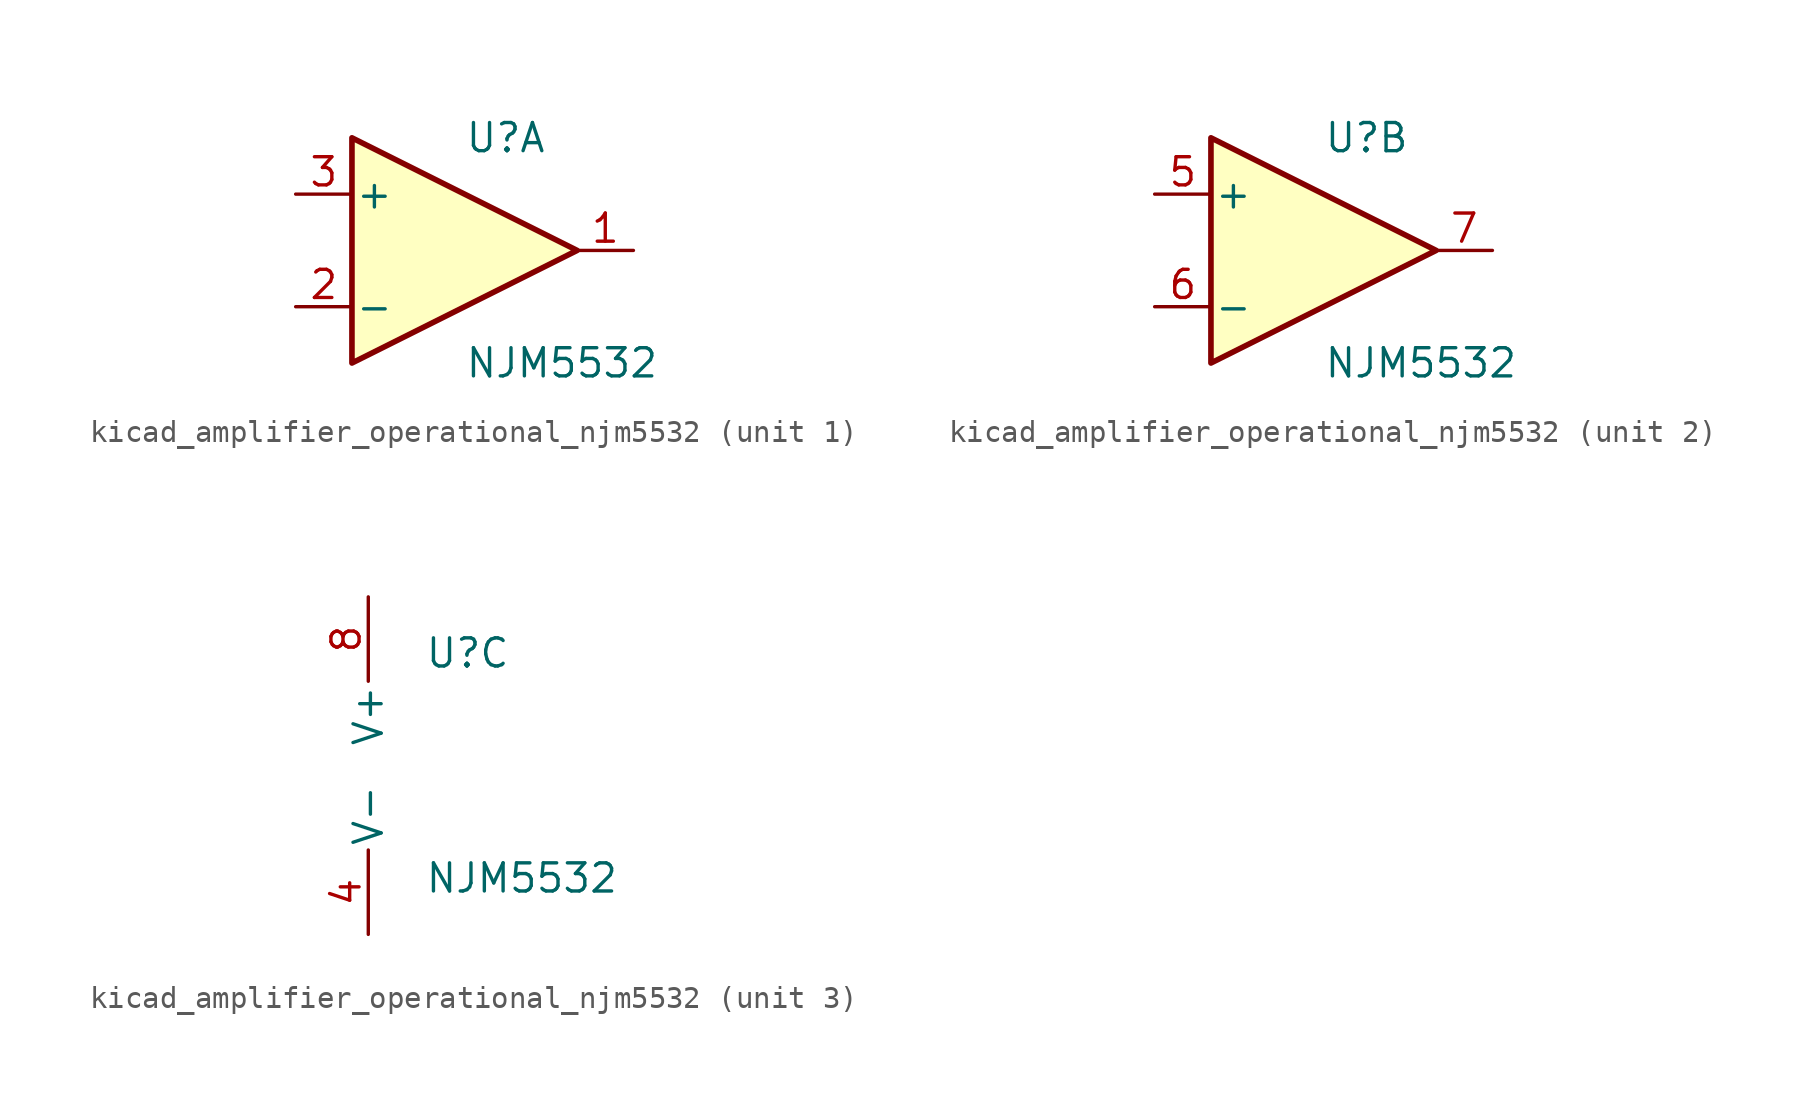
<source format=kicad_sym>
(kicad_symbol_lib
  (version 20220914)
  (generator kicad_symbol_editor)
  (symbol "kicad_amplifier_operational_njm5532"
    (pin_names
      (offset 0.127))
    (property "Reference" "U"
      (at 0 5.08 0)
      (effects (font (size 1.27 1.27)) (justify left)))
    (property "Value" "NJM5532"
      (at 0 -5.08 0)
      (effects (font (size 1.27 1.27)) (justify left)))
    (property "ki_locked" ""
      (at 0 0 0)
      (effects (font (size 1.27 1.27))))
    (symbol "kicad_amplifier_operational_njm5532_1_1"
      (polyline (pts (xy -5.08 5.08) (xy 5.08 0) (xy -5.08 -5.08) (xy -5.08 5.08)) (stroke (width 0.254) (type default)) (fill (type background)))
      (pin output line (at 7.62 0 180) (length 2.54) (name "~" (effects (font (size 1.27 1.27)))) (number "1" (effects (font (size 1.27 1.27)))))
      (pin input line (at -7.62 -2.54 0) (length 2.54) (name "-" (effects (font (size 1.27 1.27)))) (number "2" (effects (font (size 1.27 1.27)))))
      (pin input line (at -7.62 2.54 0) (length 2.54) (name "+" (effects (font (size 1.27 1.27)))) (number "3" (effects (font (size 1.27 1.27))))))
    (symbol "kicad_amplifier_operational_njm5532_2_1"
      (polyline (pts (xy -5.08 5.08) (xy 5.08 0) (xy -5.08 -5.08) (xy -5.08 5.08)) (stroke (width 0.254) (type default)) (fill (type background)))
      (pin input line (at -7.62 2.54 0) (length 2.54) (name "+" (effects (font (size 1.27 1.27)))) (number "5" (effects (font (size 1.27 1.27)))))
      (pin input line (at -7.62 -2.54 0) (length 2.54) (name "-" (effects (font (size 1.27 1.27)))) (number "6" (effects (font (size 1.27 1.27)))))
      (pin output line (at 7.62 0 180) (length 2.54) (name "~" (effects (font (size 1.27 1.27)))) (number "7" (effects (font (size 1.27 1.27))))))
    (symbol "kicad_amplifier_operational_njm5532_3_1"
      (pin power_in line (at -2.54 -7.62 90) (length 3.81) (name "V-" (effects (font (size 1.27 1.27)))) (number "4" (effects (font (size 1.27 1.27)))))
      (pin power_in line (at -2.54 7.62 270) (length 3.81) (name "V+" (effects (font (size 1.27 1.27)))) (number "8" (effects (font (size 1.27 1.27))))))))
</source>
